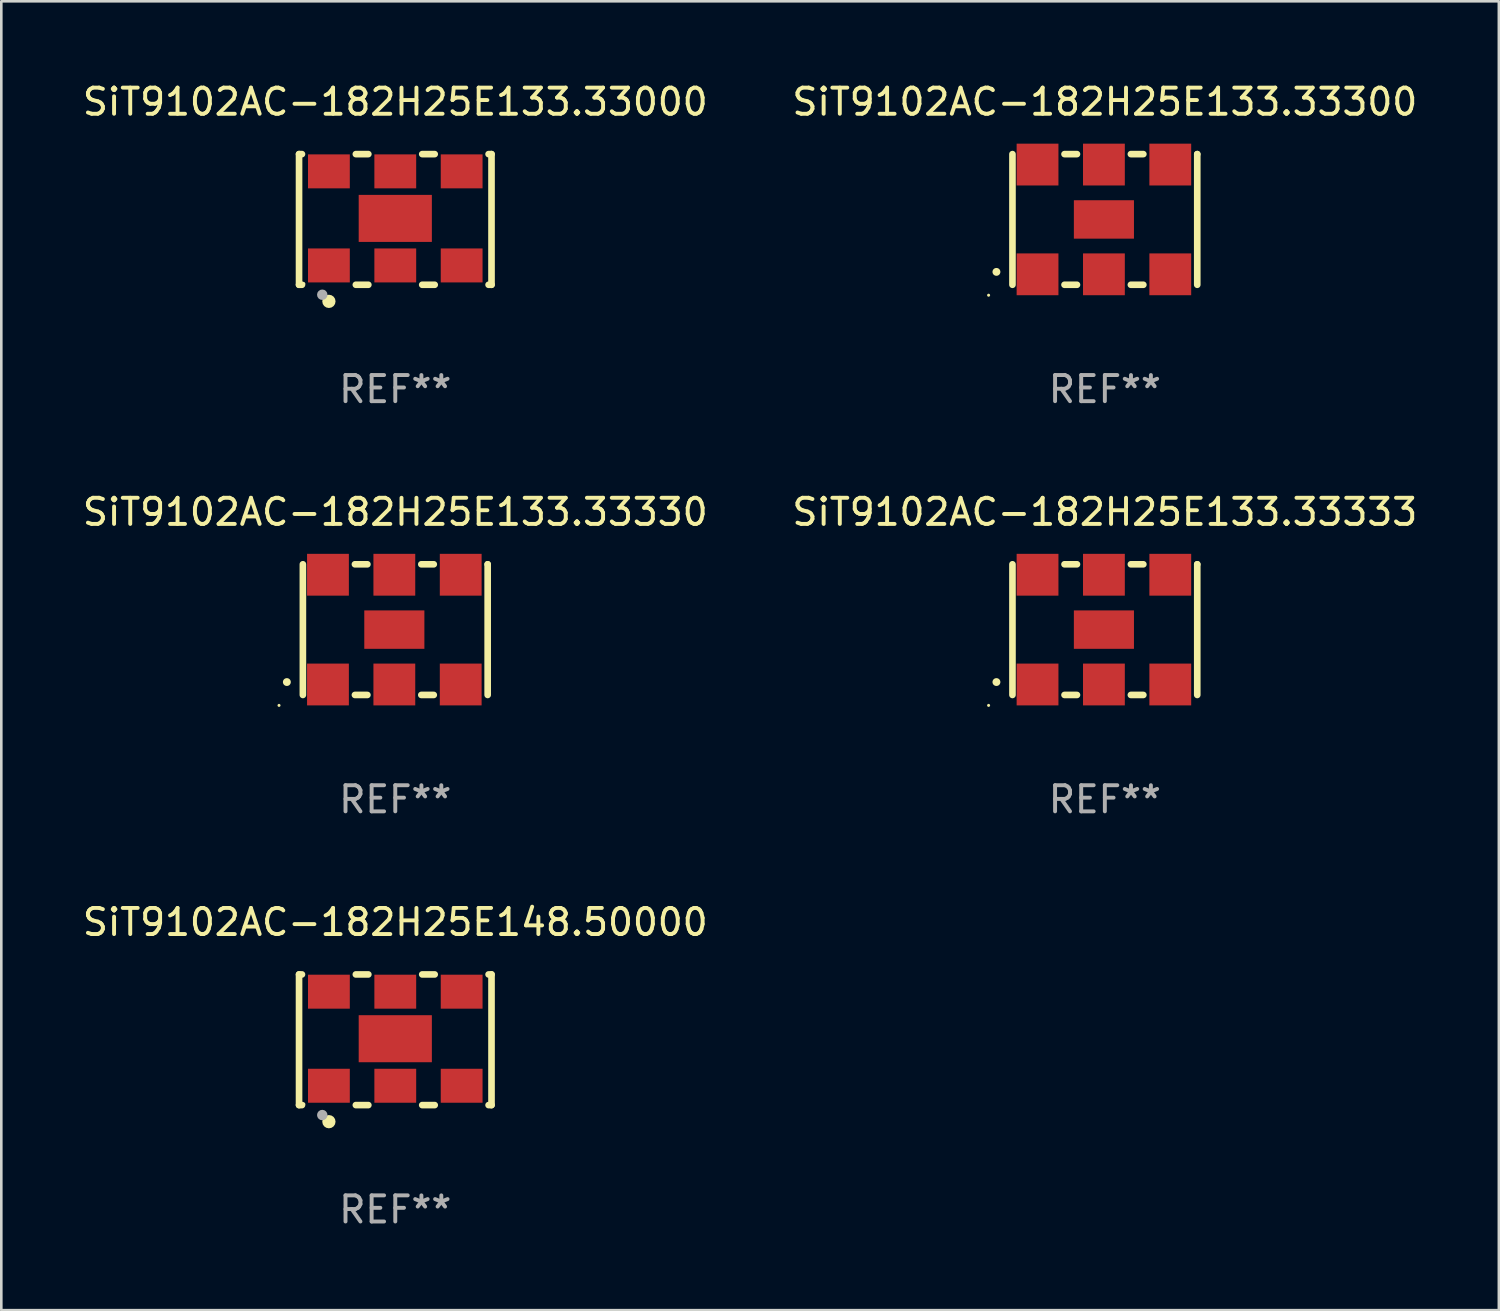
<source format=kicad_pcb>
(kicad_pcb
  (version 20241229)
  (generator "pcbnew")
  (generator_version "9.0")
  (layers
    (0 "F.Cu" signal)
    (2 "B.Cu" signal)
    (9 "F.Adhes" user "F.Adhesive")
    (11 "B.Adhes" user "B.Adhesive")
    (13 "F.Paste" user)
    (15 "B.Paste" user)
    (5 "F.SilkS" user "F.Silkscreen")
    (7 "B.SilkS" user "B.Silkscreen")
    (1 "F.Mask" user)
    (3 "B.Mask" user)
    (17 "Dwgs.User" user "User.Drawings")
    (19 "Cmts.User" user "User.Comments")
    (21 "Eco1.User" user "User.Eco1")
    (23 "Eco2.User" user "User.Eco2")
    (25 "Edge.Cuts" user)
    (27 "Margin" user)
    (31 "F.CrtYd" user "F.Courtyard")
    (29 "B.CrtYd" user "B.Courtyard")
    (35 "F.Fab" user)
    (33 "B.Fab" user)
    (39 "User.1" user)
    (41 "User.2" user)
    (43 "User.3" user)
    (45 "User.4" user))
  (footprint "SiT9102AC-182H25E133.33333"
    (layer "F.Cu")
    (at 39.232 21.045)
    (property "Reference" "SiT9102AC-182H25E133.33333" (at 0 -4.5 0) (layer "F.SilkS") (effects (font (size 1 1) (thickness 0.15))))
    (attr through_hole)
    (fp_line (start -3.536 -2.5) (end -3.536 2.5) (stroke (width 0.254) (type solid)) (layer "F.SilkS"))
    (fp_line (start -1.544 2.5) (end -1.067 2.5) (stroke (width 0.254) (type solid)) (layer "F.SilkS"))
    (fp_line (start -1.067 -2.5) (end -1.544 -2.5) (stroke (width 0.254) (type solid)) (layer "F.SilkS"))
    (fp_line (start 0.996 2.5) (end 1.473 2.5) (stroke (width 0.254) (type solid)) (layer "F.SilkS"))
    (fp_line (start 1.473 -2.5) (end 0.996 -2.5) (stroke (width 0.254) (type solid)) (layer "F.SilkS"))
    (fp_line (start 3.536 -2.5) (end 3.536 -2.5) (stroke (width 0.254) (type solid)) (layer "F.SilkS"))
    (fp_line (start 3.536 2.5) (end 3.536 -2.5) (stroke (width 0.254) (type solid)) (layer "F.SilkS"))
    (fp_arc (start -4.150432 2.006604) (mid -4.149162 2.006599) (end -4.147892 2.006604) (stroke (width 0.3) (type solid)) (layer "F.SilkS"))
    (fp_circle (center -4.449 2.9) (end -4.419 2.9) (stroke (width 0.06) (type solid)) (fill no) (layer "F.SilkS"))
    (fp_text user "REF**" (at 0 6.5 0) (layer "F.Fab") (effects (font (size 1 1) (thickness 0.15))))
    (pad "1" smd rect (at -2.576 2.1) (size 1.6 1.6) (layers "F.Cu" "F.Mask" "F.Paste"))
    (pad "2" smd rect (at -0.036 2.1) (size 1.6 1.6) (layers "F.Cu" "F.Mask" "F.Paste"))
    (pad "3" smd rect (at 2.504 2.1) (size 1.6 1.6) (layers "F.Cu" "F.Mask" "F.Paste"))
    (pad "4" smd rect (at 2.504 -2.1) (size 1.6 1.6) (layers "F.Cu" "F.Mask" "F.Paste"))
    (pad "5" smd rect (at -0.036 -2.1) (size 1.6 1.6) (layers "F.Cu" "F.Mask" "F.Paste"))
    (pad "6" smd rect (at -2.576 -2.1) (size 1.6 1.6) (layers "F.Cu" "F.Mask" "F.Paste"))
    (pad "7" smd rect (at -0.036 0) (size 2.3 1.47) (layers "F.Cu" "F.Mask" "F.Paste")))
  (footprint "SiT9102AC-182H25E133.33300"
    (layer "F.Cu")
    (at 39.232 5.348)
    (property "Reference" "SiT9102AC-182H25E133.33300" (at 0 -4.5 0) (layer "F.SilkS") (effects (font (size 1 1) (thickness 0.15))))
    (attr through_hole)
    (fp_line (start -3.536 -2.5) (end -3.536 2.5) (stroke (width 0.254) (type solid)) (layer "F.SilkS"))
    (fp_line (start -1.544 2.5) (end -1.067 2.5) (stroke (width 0.254) (type solid)) (layer "F.SilkS"))
    (fp_line (start -1.067 -2.5) (end -1.544 -2.5) (stroke (width 0.254) (type solid)) (layer "F.SilkS"))
    (fp_line (start 0.996 2.5) (end 1.473 2.5) (stroke (width 0.254) (type solid)) (layer "F.SilkS"))
    (fp_line (start 1.473 -2.5) (end 0.996 -2.5) (stroke (width 0.254) (type solid)) (layer "F.SilkS"))
    (fp_line (start 3.536 -2.5) (end 3.536 -2.5) (stroke (width 0.254) (type solid)) (layer "F.SilkS"))
    (fp_line (start 3.536 2.5) (end 3.536 -2.5) (stroke (width 0.254) (type solid)) (layer "F.SilkS"))
    (fp_arc (start -4.150432 2.006604) (mid -4.149162 2.006599) (end -4.147892 2.006604) (stroke (width 0.3) (type solid)) (layer "F.SilkS"))
    (fp_circle (center -4.449 2.9) (end -4.419 2.9) (stroke (width 0.06) (type solid)) (fill no) (layer "F.SilkS"))
    (fp_text user "REF**" (at 0 6.5 0) (layer "F.Fab") (effects (font (size 1 1) (thickness 0.15))))
    (pad "1" smd rect (at -2.576 2.1) (size 1.6 1.6) (layers "F.Cu" "F.Mask" "F.Paste"))
    (pad "2" smd rect (at -0.036 2.1) (size 1.6 1.6) (layers "F.Cu" "F.Mask" "F.Paste"))
    (pad "3" smd rect (at 2.504 2.1) (size 1.6 1.6) (layers "F.Cu" "F.Mask" "F.Paste"))
    (pad "4" smd rect (at 2.504 -2.1) (size 1.6 1.6) (layers "F.Cu" "F.Mask" "F.Paste"))
    (pad "5" smd rect (at -0.036 -2.1) (size 1.6 1.6) (layers "F.Cu" "F.Mask" "F.Paste"))
    (pad "6" smd rect (at -2.576 -2.1) (size 1.6 1.6) (layers "F.Cu" "F.Mask" "F.Paste"))
    (pad "7" smd rect (at -0.036 0) (size 2.3 1.47) (layers "F.Cu" "F.Mask" "F.Paste")))
  (footprint "SiT9102AC-182H25E133.33000"
    (layer "F.Cu")
    (at 12.077 5.348)
    (property "Reference" "SiT9102AC-182H25E133.33000" (at 0 -4.5 0) (layer "F.SilkS") (effects (font (size 1 1) (thickness 0.15))))
    (attr through_hole)
    (fp_line (start -3.683 -2.5) (end -3.571 -2.5) (stroke (width 0.254) (type solid)) (layer "F.SilkS"))
    (fp_line (start -3.683 2.5) (end -3.683 -2.5) (stroke (width 0.254) (type solid)) (layer "F.SilkS"))
    (fp_line (start -3.683 2.5) (end -3.571 2.5) (stroke (width 0.254) (type solid)) (layer "F.SilkS"))
    (fp_line (start -1.509 -2.5) (end -1.031 -2.5) (stroke (width 0.254) (type solid)) (layer "F.SilkS"))
    (fp_line (start -1.509 2.5) (end -1.031 2.5) (stroke (width 0.254) (type solid)) (layer "F.SilkS"))
    (fp_line (start 1.031 -2.5) (end 1.509 -2.5) (stroke (width 0.254) (type solid)) (layer "F.SilkS"))
    (fp_line (start 1.031 2.5) (end 1.509 2.5) (stroke (width 0.254) (type solid)) (layer "F.SilkS"))
    (fp_line (start 3.571 -2.5) (end 3.683 -2.5) (stroke (width 0.254) (type solid)) (layer "F.SilkS"))
    (fp_line (start 3.571 2.5) (end 3.683 2.5) (stroke (width 0.254) (type solid)) (layer "F.SilkS"))
    (fp_line (start 3.683 2.5) (end 3.683 -2.5) (stroke (width 0.254) (type solid)) (layer "F.SilkS"))
    (fp_circle (center -3.5 2.46) (end -3.47 2.46) (stroke (width 0.06) (type solid)) (fill no) (layer "F.SilkS"))
    (fp_circle (center -2.54 3.135) (end -2.413 3.135) (stroke (width 0.254) (type solid)) (fill no) (layer "F.SilkS"))
    (fp_circle (center -2.794 2.881) (end -2.694 2.881) (stroke (width 0.2) (type solid)) (fill no) (layer "F.Fab"))
    (fp_text user "REF**" (at 0 6.5 0) (layer "F.Fab") (effects (font (size 1 1) (thickness 0.15))))
    (pad "1" smd rect (at -2.54 1.76) (size 1.6 1.3) (layers "F.Cu" "F.Mask" "F.Paste"))
    (pad "2" smd rect (at 0 1.76) (size 1.6 1.3) (layers "F.Cu" "F.Mask" "F.Paste"))
    (pad "3" smd rect (at 2.54 1.76) (size 1.6 1.3) (layers "F.Cu" "F.Mask" "F.Paste"))
    (pad "4" smd rect (at 2.54 -1.84) (size 1.6 1.3) (layers "F.Cu" "F.Mask" "F.Paste"))
    (pad "5" smd rect (at 0 -1.84) (size 1.6 1.3) (layers "F.Cu" "F.Mask" "F.Paste"))
    (pad "6" smd rect (at -2.54 -1.84) (size 1.6 1.3) (layers "F.Cu" "F.Mask" "F.Paste"))
    (pad "7" smd rect (at 0 -0.04) (size 2.8 1.8) (layers "F.Cu" "F.Mask" "F.Paste")))
  (footprint "SiT9102AC-182H25E133.33330"
    (layer "F.Cu")
    (at 12.077 21.045)
    (property "Reference" "SiT9102AC-182H25E133.33330" (at 0 -4.5 0) (layer "F.SilkS") (effects (font (size 1 1) (thickness 0.15))))
    (attr through_hole)
    (fp_line (start -3.536 -2.5) (end -3.536 2.5) (stroke (width 0.254) (type solid)) (layer "F.SilkS"))
    (fp_line (start -1.544 2.5) (end -1.067 2.5) (stroke (width 0.254) (type solid)) (layer "F.SilkS"))
    (fp_line (start -1.067 -2.5) (end -1.544 -2.5) (stroke (width 0.254) (type solid)) (layer "F.SilkS"))
    (fp_line (start 0.996 2.5) (end 1.473 2.5) (stroke (width 0.254) (type solid)) (layer "F.SilkS"))
    (fp_line (start 1.473 -2.5) (end 0.996 -2.5) (stroke (width 0.254) (type solid)) (layer "F.SilkS"))
    (fp_line (start 3.536 -2.5) (end 3.536 -2.5) (stroke (width 0.254) (type solid)) (layer "F.SilkS"))
    (fp_line (start 3.536 2.5) (end 3.536 -2.5) (stroke (width 0.254) (type solid)) (layer "F.SilkS"))
    (fp_arc (start -4.150432 2.006604) (mid -4.149162 2.006599) (end -4.147892 2.006604) (stroke (width 0.3) (type solid)) (layer "F.SilkS"))
    (fp_circle (center -4.449 2.9) (end -4.419 2.9) (stroke (width 0.06) (type solid)) (fill no) (layer "F.SilkS"))
    (fp_text user "REF**" (at 0 6.5 0) (layer "F.Fab") (effects (font (size 1 1) (thickness 0.15))))
    (pad "1" smd rect (at -2.576 2.1) (size 1.6 1.6) (layers "F.Cu" "F.Mask" "F.Paste"))
    (pad "2" smd rect (at -0.036 2.1) (size 1.6 1.6) (layers "F.Cu" "F.Mask" "F.Paste"))
    (pad "3" smd rect (at 2.504 2.1) (size 1.6 1.6) (layers "F.Cu" "F.Mask" "F.Paste"))
    (pad "4" smd rect (at 2.504 -2.1) (size 1.6 1.6) (layers "F.Cu" "F.Mask" "F.Paste"))
    (pad "5" smd rect (at -0.036 -2.1) (size 1.6 1.6) (layers "F.Cu" "F.Mask" "F.Paste"))
    (pad "6" smd rect (at -2.576 -2.1) (size 1.6 1.6) (layers "F.Cu" "F.Mask" "F.Paste"))
    (pad "7" smd rect (at -0.036 0) (size 2.3 1.47) (layers "F.Cu" "F.Mask" "F.Paste")))
  (footprint "SiT9102AC-182H25E148.50000"
    (layer "F.Cu")
    (at 12.077 36.741)
    (property "Reference" "SiT9102AC-182H25E148.50000" (at 0 -4.5 0) (layer "F.SilkS") (effects (font (size 1 1) (thickness 0.15))))
    (attr through_hole)
    (fp_line (start -3.683 -2.5) (end -3.571 -2.5) (stroke (width 0.254) (type solid)) (layer "F.SilkS"))
    (fp_line (start -3.683 2.5) (end -3.683 -2.5) (stroke (width 0.254) (type solid)) (layer "F.SilkS"))
    (fp_line (start -3.683 2.5) (end -3.571 2.5) (stroke (width 0.254) (type solid)) (layer "F.SilkS"))
    (fp_line (start -1.509 -2.5) (end -1.031 -2.5) (stroke (width 0.254) (type solid)) (layer "F.SilkS"))
    (fp_line (start -1.509 2.5) (end -1.031 2.5) (stroke (width 0.254) (type solid)) (layer "F.SilkS"))
    (fp_line (start 1.031 -2.5) (end 1.509 -2.5) (stroke (width 0.254) (type solid)) (layer "F.SilkS"))
    (fp_line (start 1.031 2.5) (end 1.509 2.5) (stroke (width 0.254) (type solid)) (layer "F.SilkS"))
    (fp_line (start 3.571 -2.5) (end 3.683 -2.5) (stroke (width 0.254) (type solid)) (layer "F.SilkS"))
    (fp_line (start 3.571 2.5) (end 3.683 2.5) (stroke (width 0.254) (type solid)) (layer "F.SilkS"))
    (fp_line (start 3.683 2.5) (end 3.683 -2.5) (stroke (width 0.254) (type solid)) (layer "F.SilkS"))
    (fp_circle (center -3.5 2.46) (end -3.47 2.46) (stroke (width 0.06) (type solid)) (fill no) (layer "F.SilkS"))
    (fp_circle (center -2.54 3.135) (end -2.413 3.135) (stroke (width 0.254) (type solid)) (fill no) (layer "F.SilkS"))
    (fp_circle (center -2.794 2.881) (end -2.694 2.881) (stroke (width 0.2) (type solid)) (fill no) (layer "F.Fab"))
    (fp_text user "REF**" (at 0 6.5 0) (layer "F.Fab") (effects (font (size 1 1) (thickness 0.15))))
    (pad "1" smd rect (at -2.54 1.76) (size 1.6 1.3) (layers "F.Cu" "F.Mask" "F.Paste"))
    (pad "2" smd rect (at 0 1.76) (size 1.6 1.3) (layers "F.Cu" "F.Mask" "F.Paste"))
    (pad "3" smd rect (at 2.54 1.76) (size 1.6 1.3) (layers "F.Cu" "F.Mask" "F.Paste"))
    (pad "4" smd rect (at 2.54 -1.84) (size 1.6 1.3) (layers "F.Cu" "F.Mask" "F.Paste"))
    (pad "5" smd rect (at 0 -1.84) (size 1.6 1.3) (layers "F.Cu" "F.Mask" "F.Paste"))
    (pad "6" smd rect (at -2.54 -1.84) (size 1.6 1.3) (layers "F.Cu" "F.Mask" "F.Paste"))
    (pad "7" smd rect (at 0 -0.04) (size 2.8 1.8) (layers "F.Cu" "F.Mask" "F.Paste")))
  (gr_rect
    (start -3 -3)
    (end 54.31 47.09)
    (stroke (width 0.1) (type default))
    (fill no)
    (layer "Edge.Cuts")))
</source>
